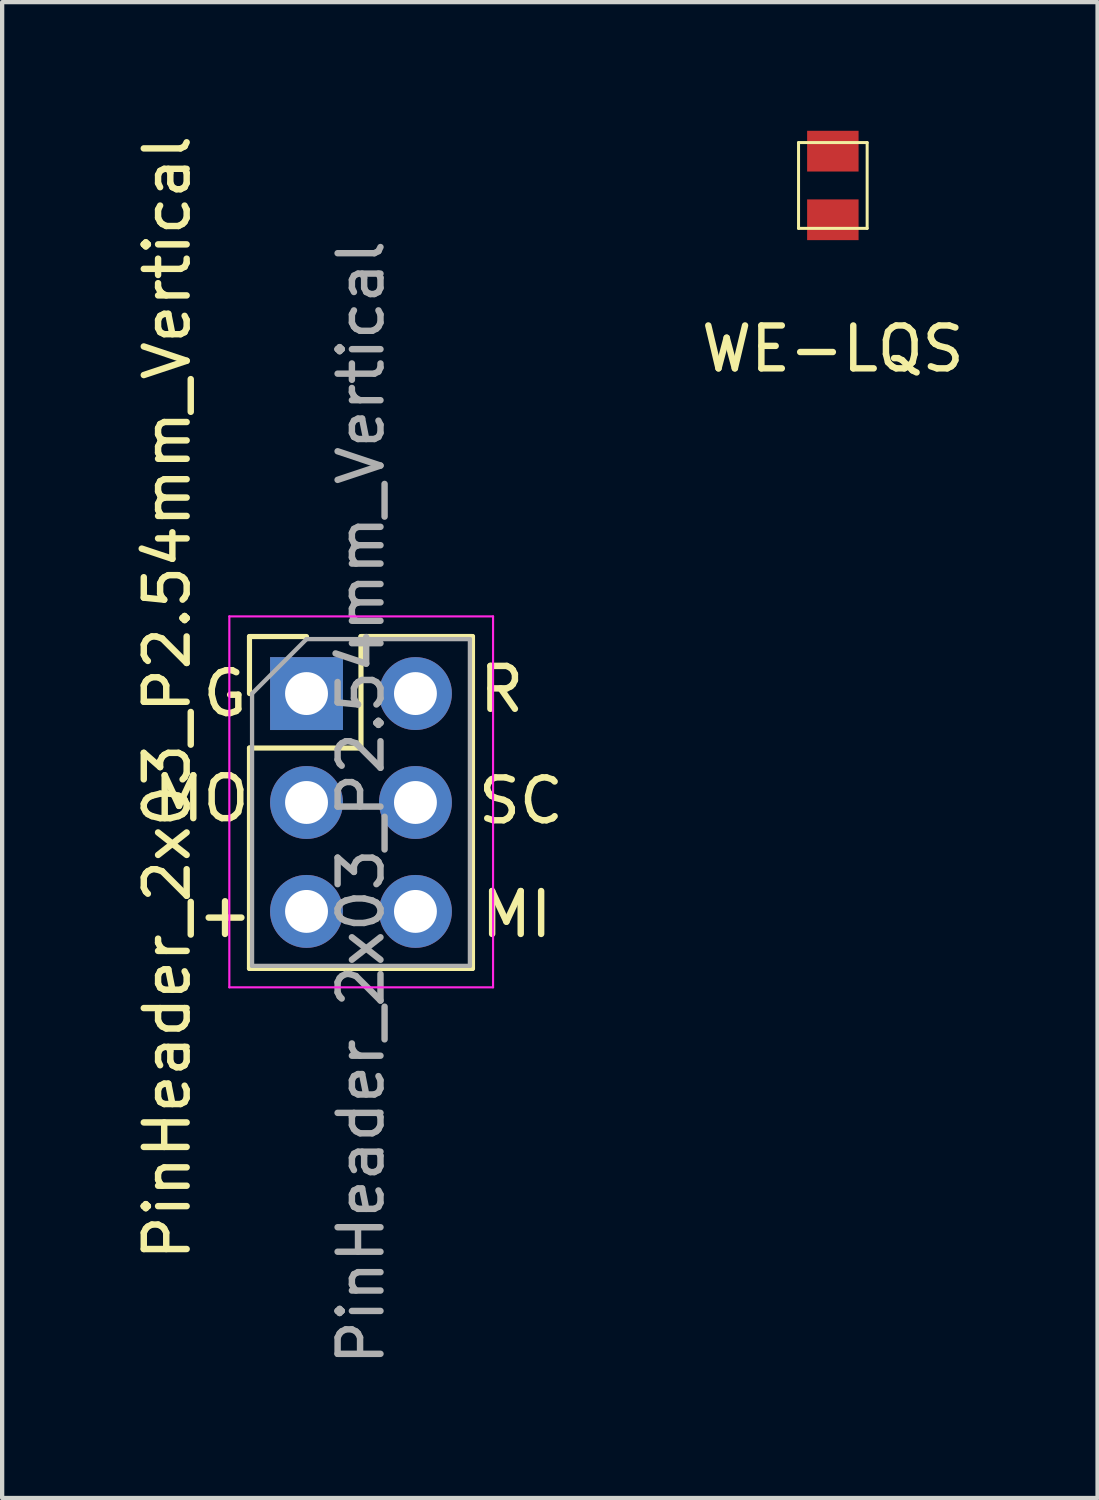
<source format=kicad_pcb>
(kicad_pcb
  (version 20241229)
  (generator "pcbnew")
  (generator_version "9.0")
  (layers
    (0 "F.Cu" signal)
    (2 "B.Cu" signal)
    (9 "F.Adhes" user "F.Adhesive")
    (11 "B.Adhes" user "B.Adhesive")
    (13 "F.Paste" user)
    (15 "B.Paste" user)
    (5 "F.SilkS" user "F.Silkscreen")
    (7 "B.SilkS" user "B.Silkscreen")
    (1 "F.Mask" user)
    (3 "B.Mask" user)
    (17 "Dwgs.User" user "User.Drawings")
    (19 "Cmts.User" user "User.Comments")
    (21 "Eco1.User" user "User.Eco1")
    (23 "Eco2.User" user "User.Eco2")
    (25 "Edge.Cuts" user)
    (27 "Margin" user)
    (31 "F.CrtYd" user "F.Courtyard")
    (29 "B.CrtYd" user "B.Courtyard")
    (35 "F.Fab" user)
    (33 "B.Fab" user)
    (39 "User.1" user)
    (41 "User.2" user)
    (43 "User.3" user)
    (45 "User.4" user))
  (footprint "PinHeader_2x03_P2.54mm_Vertical"
    (layer "F.Cu")
    (at 4.098 13.124)
    (property "Reference" "PinHeader_2x03_P2.54mm_Vertical" (at -3.25 0.096 90) (layer "F.SilkS") (effects (font (size 1 1) (thickness 0.15))))
    (attr through_hole)
    (fp_line (start -1.33 -1.33) (end 0 -1.33) (stroke (width 0.12) (type solid)) (layer "F.SilkS"))
    (fp_line (start -1.33 0) (end -1.33 -1.33) (stroke (width 0.12) (type solid)) (layer "F.SilkS"))
    (fp_line (start -1.33 1.27) (end -1.33 6.41) (stroke (width 0.12) (type solid)) (layer "F.SilkS"))
    (fp_line (start -1.33 1.27) (end 1.27 1.27) (stroke (width 0.12) (type solid)) (layer "F.SilkS"))
    (fp_line (start -1.33 6.41) (end 3.87 6.41) (stroke (width 0.12) (type solid)) (layer "F.SilkS"))
    (fp_line (start 1.27 -1.33) (end 3.87 -1.33) (stroke (width 0.12) (type solid)) (layer "F.SilkS"))
    (fp_line (start 1.27 1.27) (end 1.27 -1.33) (stroke (width 0.12) (type solid)) (layer "F.SilkS"))
    (fp_line (start 3.87 -1.33) (end 3.87 6.41) (stroke (width 0.12) (type solid)) (layer "F.SilkS"))
    (fp_line (start -1.8 -1.8) (end -1.8 6.85) (stroke (width 0.05) (type solid)) (layer "F.CrtYd"))
    (fp_line (start -1.8 6.85) (end 4.35 6.85) (stroke (width 0.05) (type solid)) (layer "F.CrtYd"))
    (fp_line (start 4.35 -1.8) (end -1.8 -1.8) (stroke (width 0.05) (type solid)) (layer "F.CrtYd"))
    (fp_line (start 4.35 6.85) (end 4.35 -1.8) (stroke (width 0.05) (type solid)) (layer "F.CrtYd"))
    (fp_line (start -1.27 0) (end 0 -1.27) (stroke (width 0.1) (type solid)) (layer "F.Fab"))
    (fp_line (start -1.27 6.35) (end -1.27 0) (stroke (width 0.1) (type solid)) (layer "F.Fab"))
    (fp_line (start 0 -1.27) (end 3.81 -1.27) (stroke (width 0.1) (type solid)) (layer "F.Fab"))
    (fp_line (start 3.81 -1.27) (end 3.81 6.35) (stroke (width 0.1) (type solid)) (layer "F.Fab"))
    (fp_line (start 3.81 6.35) (end -1.27 6.35) (stroke (width 0.1) (type solid)) (layer "F.Fab"))
    (fp_text user "MI" (at 4.9 5.15 0) (layer "F.SilkS") (effects (font (size 1 1) (thickness 0.15))))
    (fp_text user "SC" (at 5 2.5 0) (layer "F.SilkS") (effects (font (size 1 1) (thickness 0.15))))
    (fp_text user "G" (at -1.9 0 0) (layer "F.SilkS") (effects (font (size 1 1) (thickness 0.15))))
    (fp_text user "MO" (at -2.45 2.45 0) (layer "F.SilkS") (effects (font (size 1 1) (thickness 0.15))))
    (fp_text user "R" (at 4.55 -0.1 0) (layer "F.SilkS") (effects (font (size 1 1) (thickness 0.15))))
    (fp_text user "+" (at -1.9 5.15 0) (layer "F.SilkS") (effects (font (size 1 1) (thickness 0.15))))
    (fp_text user "${REFERENCE}" (at 1.27 2.54 90) (layer "F.Fab") (effects (font (size 1 1) (thickness 0.15))))
    (pad "1" thru_hole rect (at 0 0) (size 1.7 1.7) (drill 1) (layers "*.Cu" "*.Mask"))
    (pad "2" thru_hole oval (at 2.54 0) (size 1.7 1.7) (drill 1) (layers "*.Cu" "*.Mask"))
    (pad "3" thru_hole oval (at 0 2.54) (size 1.7 1.7) (drill 1) (layers "*.Cu" "*.Mask"))
    (pad "4" thru_hole oval (at 2.54 2.54) (size 1.7 1.7) (drill 1) (layers "*.Cu" "*.Mask"))
    (pad "5" thru_hole oval (at 0 5.08) (size 1.7 1.7) (drill 1) (layers "*.Cu" "*.Mask"))
    (pad "6" thru_hole oval (at 2.54 5.08) (size 1.7 1.7) (drill 1) (layers "*.Cu" "*.Mask")))
  (footprint "WE-LQS"
    (layer "F.Cu")
    (at 16.372 1.275)
    (property "Reference" "WE-LQS" (at 0 3.81 0) (layer "F.SilkS") (effects (font (size 1 1) (thickness 0.15))))
    (attr through_hole)
    (fp_line (start -0.8 -1) (end -0.8 1) (stroke (width 0.07) (type solid)) (layer "F.SilkS"))
    (fp_line (start -0.8 1) (end 0.8 1) (stroke (width 0.07) (type solid)) (layer "F.SilkS"))
    (fp_line (start 0.8 -1) (end -0.8 -1) (stroke (width 0.07) (type solid)) (layer "F.SilkS"))
    (fp_line (start 0.8 1) (end 0.8 -1) (stroke (width 0.07) (type solid)) (layer "F.SilkS"))
    (pad "1" smd rect (at 0 0.8) (size 1.2 0.95) (layers "F.Cu" "F.Mask" "F.Paste"))
    (pad "2" smd rect (at 0 -0.8) (size 1.2 0.95) (layers "F.Cu" "F.Mask" "F.Paste")))
  (gr_rect
    (start -3 -3)
    (end 22.545 31.884)
    (stroke (width 0.1) (type default))
    (fill no)
    (layer "Edge.Cuts")))
</source>
